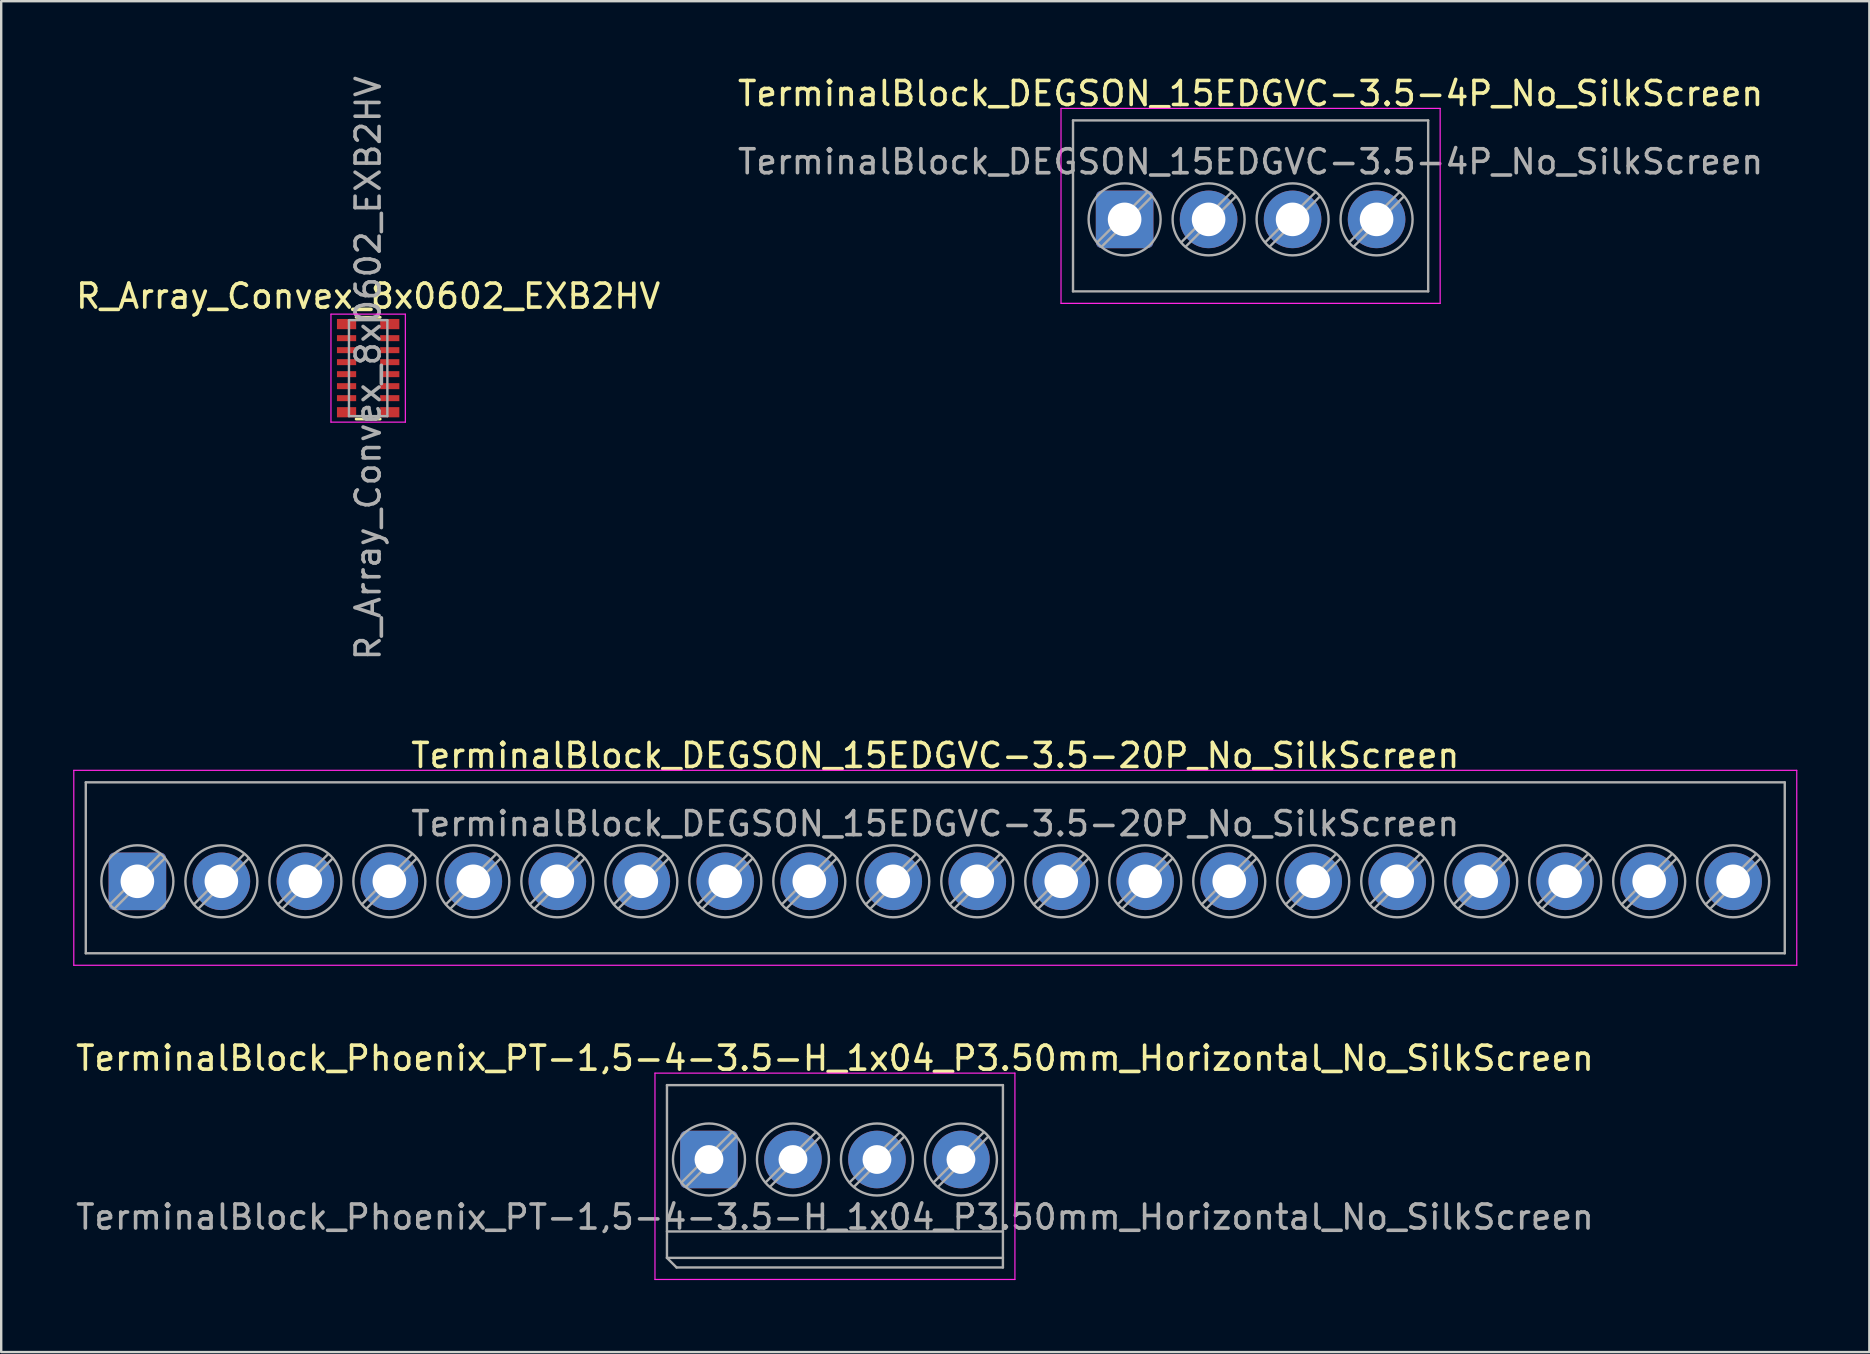
<source format=kicad_pcb>
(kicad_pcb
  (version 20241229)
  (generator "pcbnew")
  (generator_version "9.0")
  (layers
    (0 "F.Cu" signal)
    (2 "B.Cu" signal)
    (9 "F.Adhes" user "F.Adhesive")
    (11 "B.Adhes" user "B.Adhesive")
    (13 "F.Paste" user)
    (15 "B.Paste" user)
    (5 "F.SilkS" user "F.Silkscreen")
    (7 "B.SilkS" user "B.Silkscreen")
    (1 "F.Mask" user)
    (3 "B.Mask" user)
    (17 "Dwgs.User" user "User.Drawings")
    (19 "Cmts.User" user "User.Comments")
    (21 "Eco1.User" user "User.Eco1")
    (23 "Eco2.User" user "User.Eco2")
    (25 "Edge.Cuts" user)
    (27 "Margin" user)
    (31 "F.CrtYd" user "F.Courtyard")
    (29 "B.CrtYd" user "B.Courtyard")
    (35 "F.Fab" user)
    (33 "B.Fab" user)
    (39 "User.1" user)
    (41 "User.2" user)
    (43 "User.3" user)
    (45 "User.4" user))
  (footprint "TerminalBlock_Phoenix_PT-1,5-4-3.5-H_1x04_P3.50mm_Horizontal_No_SilkScreen"
    (layer "F.Cu")
    (at 26.494 45.269)
    (property "Reference" "TerminalBlock_Phoenix_PT-1,5-4-3.5-H_1x04_P3.50mm_Horizontal_No_SilkScreen" (at 5.25 -4.22 0) (layer "F.SilkS") (effects (font (size 1 1) (thickness 0.15))))
    (attr through_hole)
    (fp_line (start -2.25 -3.6) (end -2.25 5) (stroke (width 0.05) (type solid)) (layer "F.CrtYd"))
    (fp_line (start -2.25 5) (end 12.75 5) (stroke (width 0.05) (type solid)) (layer "F.CrtYd"))
    (fp_line (start 12.75 -3.6) (end -2.25 -3.6) (stroke (width 0.05) (type solid)) (layer "F.CrtYd"))
    (fp_line (start 12.75 5) (end 12.75 -3.6) (stroke (width 0.05) (type solid)) (layer "F.CrtYd"))
    (fp_line (start -1.75 -3.1) (end 12.25 -3.1) (stroke (width 0.1) (type solid)) (layer "F.Fab"))
    (fp_line (start -1.75 3) (end 12.25 3) (stroke (width 0.1) (type solid)) (layer "F.Fab"))
    (fp_line (start -1.75 4.1) (end -1.75 -3.1) (stroke (width 0.1) (type solid)) (layer "F.Fab"))
    (fp_line (start -1.75 4.1) (end 12.25 4.1) (stroke (width 0.1) (type solid)) (layer "F.Fab"))
    (fp_line (start -1.35 4.5) (end -1.75 4.1) (stroke (width 0.1) (type solid)) (layer "F.Fab"))
    (fp_line (start 0.955 -1.138) (end -1.138 0.954) (stroke (width 0.1) (type solid)) (layer "F.Fab"))
    (fp_line (start 1.138 -0.954) (end -0.955 1.137) (stroke (width 0.1) (type solid)) (layer "F.Fab"))
    (fp_line (start 4.455 -1.138) (end 2.362 0.954) (stroke (width 0.1) (type solid)) (layer "F.Fab"))
    (fp_line (start 4.638 -0.954) (end 2.545 1.137) (stroke (width 0.1) (type solid)) (layer "F.Fab"))
    (fp_line (start 7.955 -1.138) (end 5.862 0.954) (stroke (width 0.1) (type solid)) (layer "F.Fab"))
    (fp_line (start 8.138 -0.954) (end 6.045 1.137) (stroke (width 0.1) (type solid)) (layer "F.Fab"))
    (fp_line (start 11.455 -1.138) (end 9.362 0.954) (stroke (width 0.1) (type solid)) (layer "F.Fab"))
    (fp_line (start 11.638 -0.954) (end 9.545 1.137) (stroke (width 0.1) (type solid)) (layer "F.Fab"))
    (fp_line (start 12.25 -3.1) (end 12.25 4.5) (stroke (width 0.1) (type solid)) (layer "F.Fab"))
    (fp_line (start 12.25 4.5) (end -1.35 4.5) (stroke (width 0.1) (type solid)) (layer "F.Fab"))
    (fp_circle (center 0 0) (end 1.5 0) (stroke (width 0.1) (type solid)) (fill no) (layer "F.Fab"))
    (fp_circle (center 3.5 0) (end 5 0) (stroke (width 0.1) (type solid)) (fill no) (layer "F.Fab"))
    (fp_circle (center 7 0) (end 8.5 0) (stroke (width 0.1) (type solid)) (fill no) (layer "F.Fab"))
    (fp_circle (center 10.5 0) (end 12 0) (stroke (width 0.1) (type solid)) (fill no) (layer "F.Fab"))
    (fp_text user "${REFERENCE}" (at 5.25 2.4 0) (layer "F.Fab") (effects (font (size 1 1) (thickness 0.15))))
    (pad "1" thru_hole roundrect (at 0 0) (size 2.4 2.4) (drill 1.2) (layers "*.Cu" "*.Mask") (roundrect_rratio 0.104))
    (pad "2" thru_hole circle (at 3.5 0) (size 2.4 2.4) (drill 1.2) (layers "*.Cu" "*.Mask"))
    (pad "3" thru_hole circle (at 7 0) (size 2.4 2.4) (drill 1.2) (layers "*.Cu" "*.Mask"))
    (pad "4" thru_hole circle (at 10.5 0) (size 2.4 2.4) (drill 1.2) (layers "*.Cu" "*.Mask")))
  (footprint "R_Array_Convex_8x0602_EXB2HV"
    (layer "F.Cu")
    (at 12.292 12.292)
    (property "Reference" "R_Array_Convex_8x0602_EXB2HV" (at 0 -3 0) (layer "F.SilkS") (effects (font (size 1 1) (thickness 0.15))))
    (attr smd)
    (fp_line (start 0.5 -2.12) (end -0.5 -2.12) (stroke (width 0.12) (type solid)) (layer "F.SilkS"))
    (fp_line (start 0.5 2.12) (end -0.5 2.12) (stroke (width 0.12) (type solid)) (layer "F.SilkS"))
    (fp_line (start -1.55 -2.25) (end -1.55 2.25) (stroke (width 0.05) (type solid)) (layer "F.CrtYd"))
    (fp_line (start -1.55 -2.25) (end 1.55 -2.25) (stroke (width 0.05) (type solid)) (layer "F.CrtYd"))
    (fp_line (start 1.55 2.25) (end -1.55 2.25) (stroke (width 0.05) (type solid)) (layer "F.CrtYd"))
    (fp_line (start 1.55 2.25) (end 1.55 -2.25) (stroke (width 0.05) (type solid)) (layer "F.CrtYd"))
    (fp_line (start -0.8 -2) (end -0.8 2) (stroke (width 0.1) (type solid)) (layer "F.Fab"))
    (fp_line (start -0.8 2) (end 0.8 2) (stroke (width 0.1) (type solid)) (layer "F.Fab"))
    (fp_line (start 0.8 -2) (end -0.8 -2) (stroke (width 0.1) (type solid)) (layer "F.Fab"))
    (fp_line (start 0.8 2) (end 0.8 -2) (stroke (width 0.1) (type solid)) (layer "F.Fab"))
    (fp_text user "${REFERENCE}" (at 0 0 90) (layer "F.Fab") (effects (font (size 1 1) (thickness 0.15))))
    (pad "1" smd rect (at -0.9 -1.837) (size 0.8 0.425) (layers "F.Cu" "F.Mask" "F.Paste"))
    (pad "2" smd rect (at -0.9 -1.25) (size 0.8 0.25) (layers "F.Cu" "F.Mask" "F.Paste"))
    (pad "3" smd rect (at -0.9 -0.75) (size 0.8 0.25) (layers "F.Cu" "F.Mask" "F.Paste"))
    (pad "4" smd rect (at -0.9 -0.25) (size 0.8 0.25) (layers "F.Cu" "F.Mask" "F.Paste"))
    (pad "5" smd rect (at -0.9 0.25) (size 0.8 0.25) (layers "F.Cu" "F.Mask" "F.Paste"))
    (pad "6" smd rect (at -0.9 0.75) (size 0.8 0.25) (layers "F.Cu" "F.Mask" "F.Paste"))
    (pad "7" smd rect (at -0.9 1.25) (size 0.8 0.25) (layers "F.Cu" "F.Mask" "F.Paste"))
    (pad "8" smd rect (at -0.9 1.837) (size 0.8 0.425) (layers "F.Cu" "F.Mask" "F.Paste"))
    (pad "9" smd rect (at 0.9 1.837) (size 0.8 0.425) (layers "F.Cu" "F.Mask" "F.Paste"))
    (pad "10" smd rect (at 0.9 1.25) (size 0.8 0.25) (layers "F.Cu" "F.Mask" "F.Paste"))
    (pad "11" smd rect (at 0.9 0.75) (size 0.8 0.25) (layers "F.Cu" "F.Mask" "F.Paste"))
    (pad "12" smd rect (at 0.9 0.25) (size 0.8 0.25) (layers "F.Cu" "F.Mask" "F.Paste"))
    (pad "13" smd rect (at 0.9 -0.25) (size 0.8 0.25) (layers "F.Cu" "F.Mask" "F.Paste"))
    (pad "14" smd rect (at 0.9 -0.75) (size 0.8 0.25) (layers "F.Cu" "F.Mask" "F.Paste"))
    (pad "15" smd rect (at 0.9 -1.25) (size 0.8 0.25) (layers "F.Cu" "F.Mask" "F.Paste"))
    (pad "16" smd rect (at 0.9 -1.837) (size 0.8 0.425) (layers "F.Cu" "F.Mask" "F.Paste")))
  (footprint "TerminalBlock_DEGSON_15EDGVC-3.5-20P_No_SilkScreen"
    (layer "F.Cu")
    (at 2.675 33.676)
    (property "Reference" "TerminalBlock_DEGSON_15EDGVC-3.5-20P_No_SilkScreen" (at 33.25 -5.244 0) (layer "F.SilkS") (effects (font (size 1 1) (thickness 0.15))))
    (attr through_hole)
    (fp_line (start -2.65 -4.624) (end -2.65 3.5) (stroke (width 0.05) (type solid)) (layer "F.CrtYd"))
    (fp_line (start -2.65 3.5) (end 69.15 3.5) (stroke (width 0.05) (type solid)) (layer "F.CrtYd"))
    (fp_line (start 69.15 -4.624) (end -2.65 -4.624) (stroke (width 0.05) (type solid)) (layer "F.CrtYd"))
    (fp_line (start 69.15 3.5) (end 69.15 -4.624) (stroke (width 0.05) (type solid)) (layer "F.CrtYd"))
    (fp_line (start -2.15 -4.124) (end 68.65 -4.124) (stroke (width 0.1) (type solid)) (layer "F.Fab"))
    (fp_line (start -2.15 3) (end -2.15 -4.124) (stroke (width 0.1) (type solid)) (layer "F.Fab"))
    (fp_line (start -2.15 3) (end 68.65 3) (stroke (width 0.1) (type solid)) (layer "F.Fab"))
    (fp_line (start 0.955 -1.138) (end -1.138 0.954) (stroke (width 0.1) (type solid)) (layer "F.Fab"))
    (fp_line (start 1.138 -0.954) (end -0.955 1.137) (stroke (width 0.1) (type solid)) (layer "F.Fab"))
    (fp_line (start 4.455 -1.138) (end 2.362 0.954) (stroke (width 0.1) (type solid)) (layer "F.Fab"))
    (fp_line (start 4.638 -0.954) (end 2.545 1.137) (stroke (width 0.1) (type solid)) (layer "F.Fab"))
    (fp_line (start 7.955 -1.138) (end 5.862 0.954) (stroke (width 0.1) (type solid)) (layer "F.Fab"))
    (fp_line (start 8.138 -0.954) (end 6.045 1.137) (stroke (width 0.1) (type solid)) (layer "F.Fab"))
    (fp_line (start 11.455 -1.138) (end 9.362 0.954) (stroke (width 0.1) (type solid)) (layer "F.Fab"))
    (fp_line (start 11.638 -0.954) (end 9.545 1.137) (stroke (width 0.1) (type solid)) (layer "F.Fab"))
    (fp_line (start 14.955 -1.138) (end 12.862 0.954) (stroke (width 0.1) (type solid)) (layer "F.Fab"))
    (fp_line (start 15.138 -0.954) (end 13.045 1.137) (stroke (width 0.1) (type solid)) (layer "F.Fab"))
    (fp_line (start 18.455 -1.138) (end 16.362 0.954) (stroke (width 0.1) (type solid)) (layer "F.Fab"))
    (fp_line (start 18.638 -0.954) (end 16.545 1.137) (stroke (width 0.1) (type solid)) (layer "F.Fab"))
    (fp_line (start 21.955 -1.138) (end 19.862 0.954) (stroke (width 0.1) (type solid)) (layer "F.Fab"))
    (fp_line (start 22.138 -0.954) (end 20.045 1.137) (stroke (width 0.1) (type solid)) (layer "F.Fab"))
    (fp_line (start 25.455 -1.138) (end 23.362 0.954) (stroke (width 0.1) (type solid)) (layer "F.Fab"))
    (fp_line (start 25.638 -0.954) (end 23.545 1.137) (stroke (width 0.1) (type solid)) (layer "F.Fab"))
    (fp_line (start 28.955 -1.138) (end 26.862 0.954) (stroke (width 0.1) (type solid)) (layer "F.Fab"))
    (fp_line (start 29.138 -0.954) (end 27.045 1.137) (stroke (width 0.1) (type solid)) (layer "F.Fab"))
    (fp_line (start 32.455 -1.138) (end 30.362 0.954) (stroke (width 0.1) (type solid)) (layer "F.Fab"))
    (fp_line (start 32.638 -0.954) (end 30.545 1.137) (stroke (width 0.1) (type solid)) (layer "F.Fab"))
    (fp_line (start 35.955 -1.138) (end 33.862 0.954) (stroke (width 0.1) (type solid)) (layer "F.Fab"))
    (fp_line (start 36.138 -0.954) (end 34.045 1.137) (stroke (width 0.1) (type solid)) (layer "F.Fab"))
    (fp_line (start 39.455 -1.138) (end 37.362 0.954) (stroke (width 0.1) (type solid)) (layer "F.Fab"))
    (fp_line (start 39.638 -0.954) (end 37.545 1.137) (stroke (width 0.1) (type solid)) (layer "F.Fab"))
    (fp_line (start 42.955 -1.138) (end 40.862 0.954) (stroke (width 0.1) (type solid)) (layer "F.Fab"))
    (fp_line (start 43.138 -0.954) (end 41.045 1.137) (stroke (width 0.1) (type solid)) (layer "F.Fab"))
    (fp_line (start 46.455 -1.138) (end 44.362 0.954) (stroke (width 0.1) (type solid)) (layer "F.Fab"))
    (fp_line (start 46.638 -0.954) (end 44.545 1.137) (stroke (width 0.1) (type solid)) (layer "F.Fab"))
    (fp_line (start 49.955 -1.138) (end 47.862 0.954) (stroke (width 0.1) (type solid)) (layer "F.Fab"))
    (fp_line (start 50.138 -0.954) (end 48.045 1.137) (stroke (width 0.1) (type solid)) (layer "F.Fab"))
    (fp_line (start 53.455 -1.138) (end 51.362 0.954) (stroke (width 0.1) (type solid)) (layer "F.Fab"))
    (fp_line (start 53.638 -0.954) (end 51.545 1.137) (stroke (width 0.1) (type solid)) (layer "F.Fab"))
    (fp_line (start 56.955 -1.138) (end 54.862 0.954) (stroke (width 0.1) (type solid)) (layer "F.Fab"))
    (fp_line (start 57.138 -0.954) (end 55.045 1.137) (stroke (width 0.1) (type solid)) (layer "F.Fab"))
    (fp_line (start 60.455 -1.138) (end 58.362 0.954) (stroke (width 0.1) (type solid)) (layer "F.Fab"))
    (fp_line (start 60.638 -0.954) (end 58.545 1.137) (stroke (width 0.1) (type solid)) (layer "F.Fab"))
    (fp_line (start 63.955 -1.138) (end 61.862 0.954) (stroke (width 0.1) (type solid)) (layer "F.Fab"))
    (fp_line (start 64.138 -0.954) (end 62.045 1.137) (stroke (width 0.1) (type solid)) (layer "F.Fab"))
    (fp_line (start 67.455 -1.138) (end 65.362 0.954) (stroke (width 0.1) (type solid)) (layer "F.Fab"))
    (fp_line (start 67.638 -0.954) (end 65.545 1.137) (stroke (width 0.1) (type solid)) (layer "F.Fab"))
    (fp_line (start 68.65 -4.124) (end 68.65 3) (stroke (width 0.1) (type solid)) (layer "F.Fab"))
    (fp_circle (center 0 0) (end 1.5 0) (stroke (width 0.1) (type solid)) (fill no) (layer "F.Fab"))
    (fp_circle (center 3.5 0) (end 5 0) (stroke (width 0.1) (type solid)) (fill no) (layer "F.Fab"))
    (fp_circle (center 7 0) (end 8.5 0) (stroke (width 0.1) (type solid)) (fill no) (layer "F.Fab"))
    (fp_circle (center 10.5 0) (end 12 0) (stroke (width 0.1) (type solid)) (fill no) (layer "F.Fab"))
    (fp_circle (center 14 0) (end 15.5 0) (stroke (width 0.1) (type solid)) (fill no) (layer "F.Fab"))
    (fp_circle (center 17.5 0) (end 19 0) (stroke (width 0.1) (type solid)) (fill no) (layer "F.Fab"))
    (fp_circle (center 21 0) (end 22.5 0) (stroke (width 0.1) (type solid)) (fill no) (layer "F.Fab"))
    (fp_circle (center 24.5 0) (end 26 0) (stroke (width 0.1) (type solid)) (fill no) (layer "F.Fab"))
    (fp_circle (center 28 0) (end 29.5 0) (stroke (width 0.1) (type solid)) (fill no) (layer "F.Fab"))
    (fp_circle (center 31.5 0) (end 33 0) (stroke (width 0.1) (type solid)) (fill no) (layer "F.Fab"))
    (fp_circle (center 35 0) (end 36.5 0) (stroke (width 0.1) (type solid)) (fill no) (layer "F.Fab"))
    (fp_circle (center 38.5 0) (end 40 0) (stroke (width 0.1) (type solid)) (fill no) (layer "F.Fab"))
    (fp_circle (center 42 0) (end 43.5 0) (stroke (width 0.1) (type solid)) (fill no) (layer "F.Fab"))
    (fp_circle (center 45.5 0) (end 47 0) (stroke (width 0.1) (type solid)) (fill no) (layer "F.Fab"))
    (fp_circle (center 49 0) (end 50.5 0) (stroke (width 0.1) (type solid)) (fill no) (layer "F.Fab"))
    (fp_circle (center 52.5 0) (end 54 0) (stroke (width 0.1) (type solid)) (fill no) (layer "F.Fab"))
    (fp_circle (center 56 0) (end 57.5 0) (stroke (width 0.1) (type solid)) (fill no) (layer "F.Fab"))
    (fp_circle (center 59.5 0) (end 61 0) (stroke (width 0.1) (type solid)) (fill no) (layer "F.Fab"))
    (fp_circle (center 63 0) (end 64.5 0) (stroke (width 0.1) (type solid)) (fill no) (layer "F.Fab"))
    (fp_circle (center 66.5 0) (end 68 0) (stroke (width 0.1) (type solid)) (fill no) (layer "F.Fab"))
    (fp_text user "${REFERENCE}" (at 33.25 -2.4 0) (layer "F.Fab") (effects (font (size 1 1) (thickness 0.15))))
    (pad "1" thru_hole roundrect (at 0 0) (size 2.4 2.4) (drill 1.4) (layers "*.Cu" "*.Mask") (roundrect_rratio 0.104))
    (pad "2" thru_hole circle (at 3.5 0) (size 2.4 2.4) (drill 1.4) (layers "*.Cu" "*.Mask"))
    (pad "3" thru_hole circle (at 7 0) (size 2.4 2.4) (drill 1.4) (layers "*.Cu" "*.Mask"))
    (pad "4" thru_hole circle (at 10.5 0) (size 2.4 2.4) (drill 1.4) (layers "*.Cu" "*.Mask"))
    (pad "5" thru_hole circle (at 14 0) (size 2.4 2.4) (drill 1.4) (layers "*.Cu" "*.Mask"))
    (pad "6" thru_hole circle (at 17.5 0) (size 2.4 2.4) (drill 1.4) (layers "*.Cu" "*.Mask"))
    (pad "7" thru_hole circle (at 21 0) (size 2.4 2.4) (drill 1.4) (layers "*.Cu" "*.Mask"))
    (pad "8" thru_hole circle (at 24.5 0) (size 2.4 2.4) (drill 1.4) (layers "*.Cu" "*.Mask"))
    (pad "9" thru_hole circle (at 28 0) (size 2.4 2.4) (drill 1.4) (layers "*.Cu" "*.Mask"))
    (pad "10" thru_hole circle (at 31.5 0) (size 2.4 2.4) (drill 1.4) (layers "*.Cu" "*.Mask"))
    (pad "11" thru_hole circle (at 35 0) (size 2.4 2.4) (drill 1.4) (layers "*.Cu" "*.Mask"))
    (pad "12" thru_hole circle (at 38.5 0) (size 2.4 2.4) (drill 1.4) (layers "*.Cu" "*.Mask"))
    (pad "13" thru_hole circle (at 42 0) (size 2.4 2.4) (drill 1.4) (layers "*.Cu" "*.Mask"))
    (pad "14" thru_hole circle (at 45.5 0) (size 2.4 2.4) (drill 1.4) (layers "*.Cu" "*.Mask"))
    (pad "15" thru_hole circle (at 49 0) (size 2.4 2.4) (drill 1.4) (layers "*.Cu" "*.Mask"))
    (pad "16" thru_hole circle (at 52.5 0) (size 2.4 2.4) (drill 1.4) (layers "*.Cu" "*.Mask"))
    (pad "17" thru_hole circle (at 56 0) (size 2.4 2.4) (drill 1.4) (layers "*.Cu" "*.Mask"))
    (pad "18" thru_hole circle (at 59.5 0) (size 2.4 2.4) (drill 1.4) (layers "*.Cu" "*.Mask"))
    (pad "19" thru_hole circle (at 63 0) (size 2.4 2.4) (drill 1.4) (layers "*.Cu" "*.Mask"))
    (pad "20" thru_hole circle (at 66.5 0) (size 2.4 2.4) (drill 1.4) (layers "*.Cu" "*.Mask")))
  (footprint "TerminalBlock_DEGSON_15EDGVC-3.5-4P_No_SilkScreen"
    (layer "F.Cu")
    (at 43.815 6.092)
    (property "Reference" "TerminalBlock_DEGSON_15EDGVC-3.5-4P_No_SilkScreen" (at 5.25 -5.244 0) (layer "F.SilkS") (effects (font (size 1 1) (thickness 0.15))))
    (attr through_hole)
    (fp_line (start -2.65 -4.624) (end -2.65 3.5) (stroke (width 0.05) (type solid)) (layer "F.CrtYd"))
    (fp_line (start -2.65 3.5) (end 13.15 3.5) (stroke (width 0.05) (type solid)) (layer "F.CrtYd"))
    (fp_line (start 13.15 -4.624) (end -2.65 -4.624) (stroke (width 0.05) (type solid)) (layer "F.CrtYd"))
    (fp_line (start 13.15 3.5) (end 13.15 -4.624) (stroke (width 0.05) (type solid)) (layer "F.CrtYd"))
    (fp_line (start -2.15 -4.124) (end 12.65 -4.124) (stroke (width 0.1) (type solid)) (layer "F.Fab"))
    (fp_line (start -2.15 3) (end -2.15 -4.124) (stroke (width 0.1) (type solid)) (layer "F.Fab"))
    (fp_line (start -2.15 3) (end 12.65 3) (stroke (width 0.1) (type solid)) (layer "F.Fab"))
    (fp_line (start 0.955 -1.138) (end -1.138 0.954) (stroke (width 0.1) (type solid)) (layer "F.Fab"))
    (fp_line (start 1.138 -0.954) (end -0.955 1.137) (stroke (width 0.1) (type solid)) (layer "F.Fab"))
    (fp_line (start 4.455 -1.138) (end 2.362 0.954) (stroke (width 0.1) (type solid)) (layer "F.Fab"))
    (fp_line (start 4.638 -0.954) (end 2.545 1.137) (stroke (width 0.1) (type solid)) (layer "F.Fab"))
    (fp_line (start 7.955 -1.138) (end 5.862 0.954) (stroke (width 0.1) (type solid)) (layer "F.Fab"))
    (fp_line (start 8.138 -0.954) (end 6.045 1.137) (stroke (width 0.1) (type solid)) (layer "F.Fab"))
    (fp_line (start 11.455 -1.138) (end 9.362 0.954) (stroke (width 0.1) (type solid)) (layer "F.Fab"))
    (fp_line (start 11.638 -0.954) (end 9.545 1.137) (stroke (width 0.1) (type solid)) (layer "F.Fab"))
    (fp_line (start 12.65 -4.124) (end 12.65 3) (stroke (width 0.1) (type solid)) (layer "F.Fab"))
    (fp_circle (center 0 0) (end 1.5 0) (stroke (width 0.1) (type solid)) (fill no) (layer "F.Fab"))
    (fp_circle (center 3.5 0) (end 5 0) (stroke (width 0.1) (type solid)) (fill no) (layer "F.Fab"))
    (fp_circle (center 7 0) (end 8.5 0) (stroke (width 0.1) (type solid)) (fill no) (layer "F.Fab"))
    (fp_circle (center 10.5 0) (end 12 0) (stroke (width 0.1) (type solid)) (fill no) (layer "F.Fab"))
    (fp_text user "${REFERENCE}" (at 5.25 -2.4 0) (layer "F.Fab") (effects (font (size 1 1) (thickness 0.15))))
    (pad "1" thru_hole roundrect (at 0 0) (size 2.4 2.4) (drill 1.4) (layers "*.Cu" "*.Mask") (roundrect_rratio 0.104))
    (pad "2" thru_hole circle (at 3.5 0) (size 2.4 2.4) (drill 1.4) (layers "*.Cu" "*.Mask"))
    (pad "3" thru_hole circle (at 7 0) (size 2.4 2.4) (drill 1.4) (layers "*.Cu" "*.Mask"))
    (pad "4" thru_hole circle (at 10.5 0) (size 2.4 2.4) (drill 1.4) (layers "*.Cu" "*.Mask")))
  (gr_rect
    (start -3 -3)
    (end 74.85 53.294)
    (stroke (width 0.1) (type default))
    (fill no)
    (layer "Edge.Cuts")))
</source>
